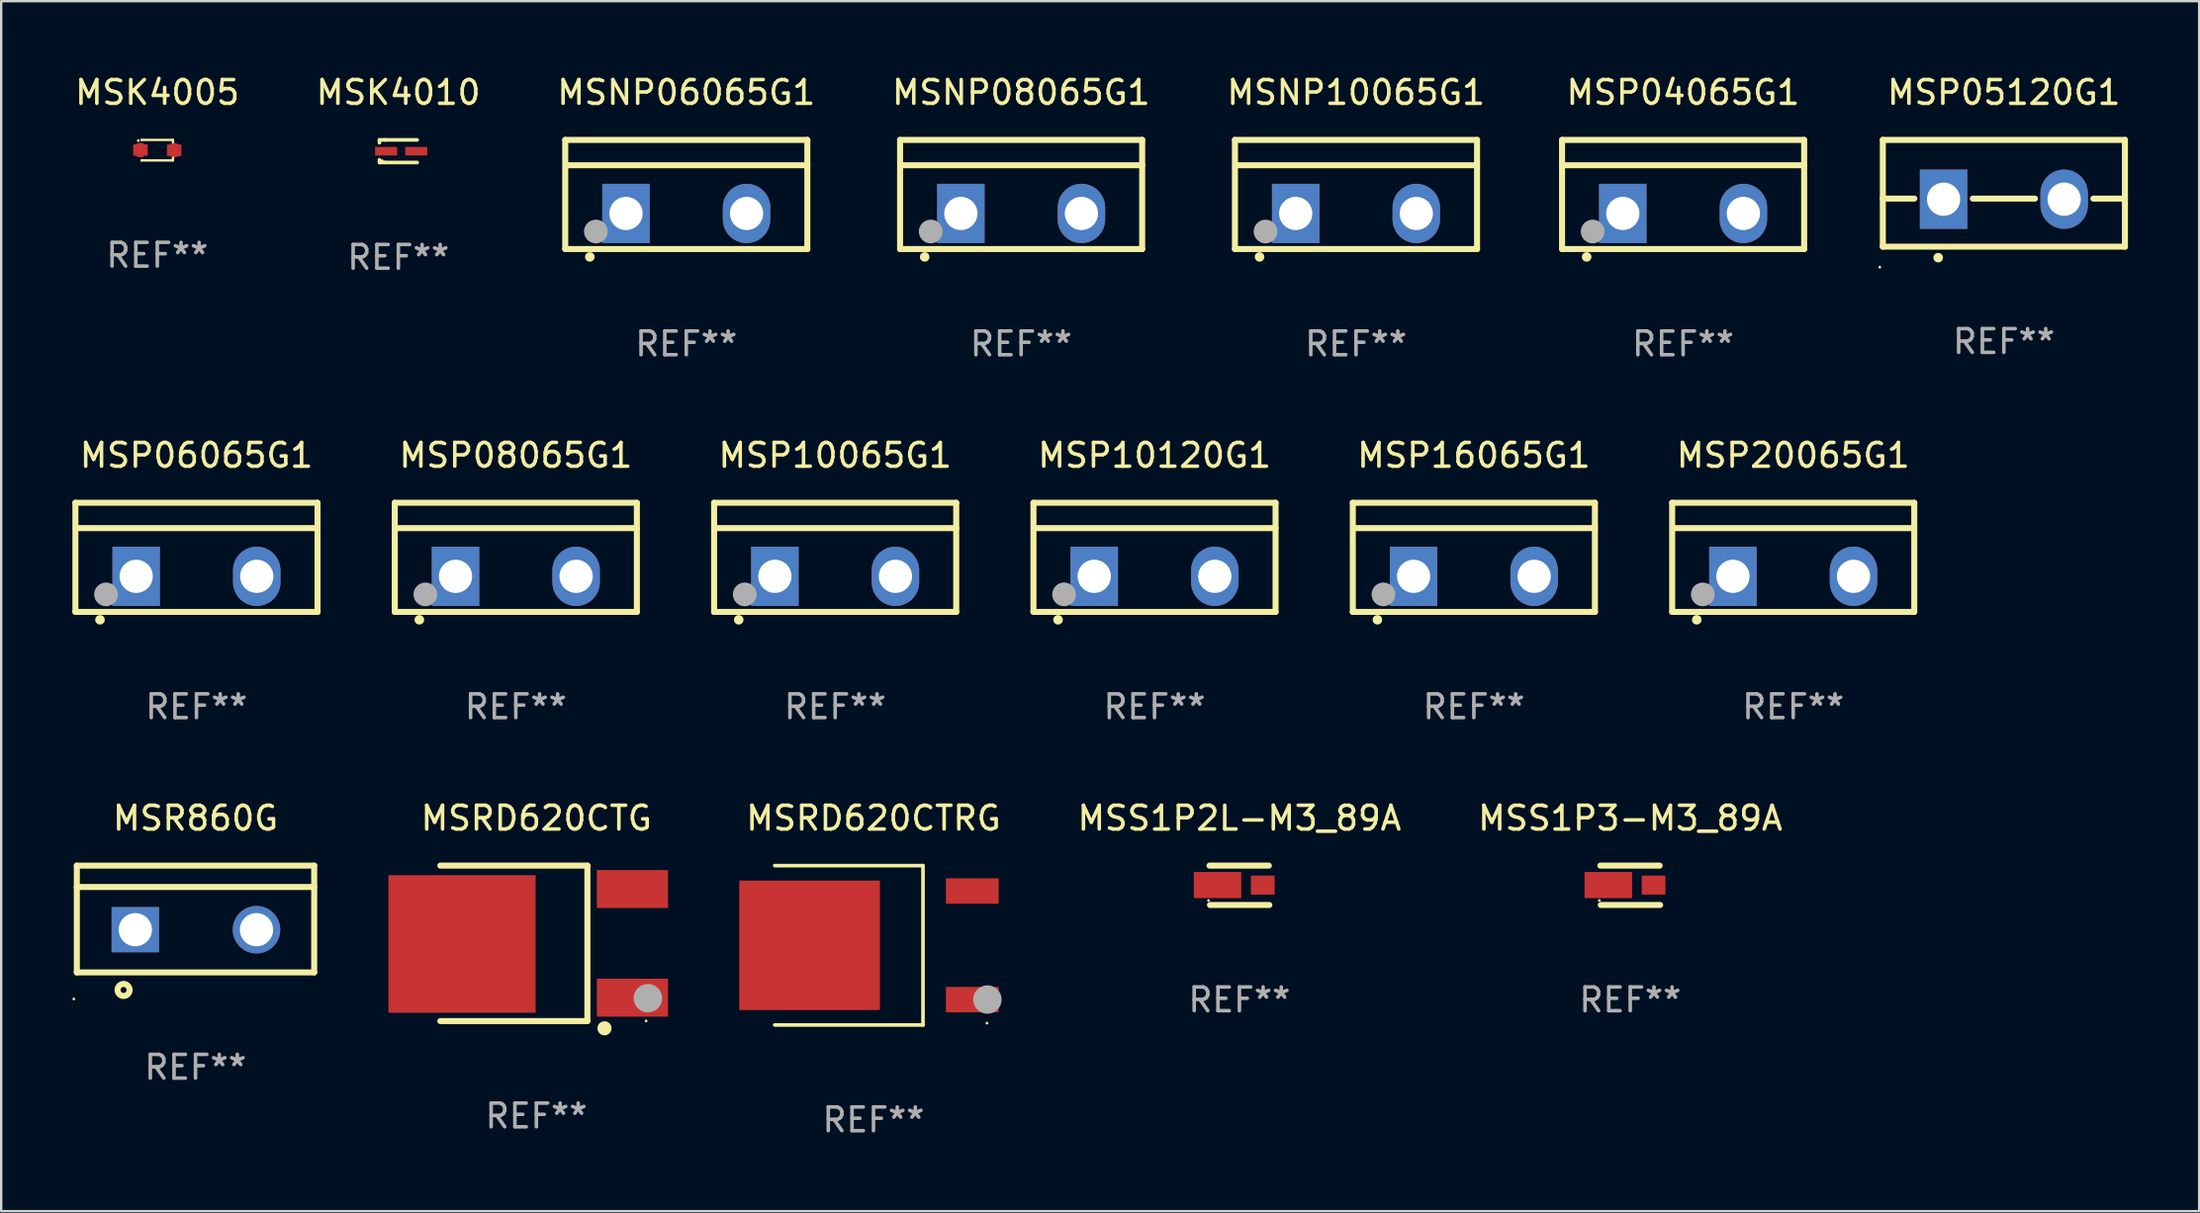
<source format=kicad_pcb>
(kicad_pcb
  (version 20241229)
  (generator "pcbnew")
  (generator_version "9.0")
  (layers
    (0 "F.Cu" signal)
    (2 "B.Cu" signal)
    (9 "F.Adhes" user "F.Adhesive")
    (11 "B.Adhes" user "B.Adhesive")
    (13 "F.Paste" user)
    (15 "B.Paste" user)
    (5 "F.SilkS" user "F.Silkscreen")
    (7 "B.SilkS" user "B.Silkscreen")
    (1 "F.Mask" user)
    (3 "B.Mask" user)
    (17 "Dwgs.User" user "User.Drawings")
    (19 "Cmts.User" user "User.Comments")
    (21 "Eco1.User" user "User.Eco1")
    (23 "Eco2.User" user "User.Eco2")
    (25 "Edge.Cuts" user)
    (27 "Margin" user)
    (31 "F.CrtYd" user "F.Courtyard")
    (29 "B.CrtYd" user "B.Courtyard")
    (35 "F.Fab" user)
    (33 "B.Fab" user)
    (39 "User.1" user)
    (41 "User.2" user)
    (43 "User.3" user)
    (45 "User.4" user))
  (footprint "MSP05120G1"
    (layer "F.Cu")
    (at 81.372 5.098)
    (property "Reference" "MSP05120G1" (at 0 -4.25 0) (layer "F.SilkS") (effects (font (size 1 1) (thickness 0.15))))
    (attr through_hole)
    (fp_line (start -5.1 -2.25) (end -5.1 2.25) (stroke (width 0.254) (type solid)) (layer "F.SilkS"))
    (fp_line (start -5.1 0.224) (end -3.772 0.224) (stroke (width 0.254) (type solid)) (layer "F.SilkS"))
    (fp_line (start -5.1 2.25) (end 5.1 2.25) (stroke (width 0.254) (type solid)) (layer "F.SilkS"))
    (fp_line (start -1.308 0.224) (end 1.309 0.224) (stroke (width 0.254) (type solid)) (layer "F.SilkS"))
    (fp_line (start 3.771 0.224) (end 5.1 0.224) (stroke (width 0.254) (type solid)) (layer "F.SilkS"))
    (fp_line (start 5.1 -2.25) (end -5.1 -2.25) (stroke (width 0.254) (type solid)) (layer "F.SilkS"))
    (fp_line (start 5.1 -2.25) (end 5.1 2.25) (stroke (width 0.254) (type solid)) (layer "F.SilkS"))
    (fp_arc (start -2.768606 2.713805) (mid -2.767336 2.713801) (end -2.766066 2.713805) (stroke (width 0.4) (type solid)) (layer "F.SilkS"))
    (fp_circle (center -5.227 3.114) (end -5.197 3.114) (stroke (width 0.06) (type solid)) (fill no) (layer "F.SilkS"))
    (fp_text user "REF**" (at 0 6.25 0) (layer "F.Fab") (effects (font (size 1 1) (thickness 0.15))))
    (pad "1" thru_hole rect (at -2.54 0.25) (size 2 2.5) (drill 1.4) (layers "*.Cu" "*.Mask"))
    (pad "3" thru_hole oval (at 2.54 0.25) (size 2 2.5) (drill 1.4) (layers "*.Cu" "*.Mask")))
  (footprint "MSRD620CTG"
    (layer "F.Cu")
    (at 19.547 36.718)
    (property "Reference" "MSRD620CTG" (at 0 -5.277 0) (layer "F.SilkS") (effects (font (size 1 1) (thickness 0.15))))
    (attr through_hole)
    (fp_line (start -4.047 -3.277) (end 2.15 -3.277) (stroke (width 0.254) (type solid)) (layer "F.SilkS"))
    (fp_line (start 2.15 -3.277) (end 2.15 3.277) (stroke (width 0.254) (type solid)) (layer "F.SilkS"))
    (fp_line (start 2.15 3.277) (end -4.047 3.277) (stroke (width 0.254) (type solid)) (layer "F.SilkS"))
    (fp_circle (center 2.87 3.581) (end 3.02 3.581) (stroke (width 0.3) (type solid)) (fill no) (layer "F.SilkS"))
    (fp_circle (center 4.623 3.27) (end 4.653 3.27) (stroke (width 0.06) (type solid)) (fill no) (layer "F.SilkS"))
    (fp_circle (center 4.699 2.311) (end 4.999 2.311) (stroke (width 0.6) (type solid)) (fill no) (layer "F.Fab"))
    (fp_text user "REF**" (at 0 7.277 0) (layer "F.Fab") (effects (font (size 1 1) (thickness 0.15))))
    (pad "1" smd rect (at 4.047 2.29) (size 3 1.6) (layers "F.Cu" "F.Mask" "F.Paste"))
    (pad "3" smd rect (at 4.047 -2.29) (size 3 1.6) (layers "F.Cu" "F.Mask" "F.Paste"))
    (pad "4" smd rect (at -3.133 0.025) (size 6.2 5.8) (layers "F.Cu" "F.Mask" "F.Paste")))
  (footprint "MSP04065G1"
    (layer "F.Cu")
    (at 67.858 5.148)
    (property "Reference" "MSP04065G1" (at 0 -4.3 0) (layer "F.SilkS") (effects (font (size 1 1) (thickness 0.15))))
    (attr through_hole)
    (fp_line (start -5.1 -2.3) (end -5.1 2.3) (stroke (width 0.254) (type solid)) (layer "F.SilkS"))
    (fp_line (start -5.1 2.3) (end 5.1 2.3) (stroke (width 0.254) (type solid)) (layer "F.SilkS"))
    (fp_line (start -5.08 -1.232) (end 5.1 -1.232) (stroke (width 0.254) (type solid)) (layer "F.SilkS"))
    (fp_line (start 5.1 -2.3) (end -5.1 -2.3) (stroke (width 0.254) (type solid)) (layer "F.SilkS"))
    (fp_line (start 5.1 -2.3) (end 5.1 2.3) (stroke (width 0.254) (type solid)) (layer "F.SilkS"))
    (fp_arc (start -4.065278 2.632004) (mid -4.064008 2.632) (end -4.062738 2.632004) (stroke (width 0.4) (type solid)) (layer "F.SilkS"))
    (fp_circle (center -5.1 2.32) (end -5.07 2.32) (stroke (width 0.06) (type solid)) (fill no) (layer "F.SilkS"))
    (fp_circle (center -3.81 1.562) (end -3.56 1.562) (stroke (width 0.5) (type solid)) (fill no) (layer "F.Fab"))
    (fp_text user "REF**" (at 0 6.3 0) (layer "F.Fab") (effects (font (size 1 1) (thickness 0.15))))
    (pad "1" thru_hole rect (at -2.54 0.8) (size 2 2.5) (drill 1.4) (layers "*.Cu" "*.Mask"))
    (pad "2" thru_hole oval (at 2.54 0.8) (size 2 2.5) (drill 1.4) (layers "*.Cu" "*.Mask")))
  (footprint "MSK4005"
    (layer "F.Cu")
    (at 3.577 3.28)
    (property "Reference" "MSK4005" (at 0 -2.432 0) (layer "F.SilkS") (effects (font (size 1 1) (thickness 0.15))))
    (attr through_hole)
    (fp_line (start -0.661 0.432) (end -0.661 0.432) (stroke (width 0.1) (type solid)) (layer "F.SilkS"))
    (fp_line (start -0.661 -0.432) (end -0.661 -0.432) (stroke (width 0.1) (type solid)) (layer "F.SilkS"))
    (fp_line (start -0.661 -0.432) (end 0.66 -0.432) (stroke (width 0.1) (type solid)) (layer "F.SilkS"))
    (fp_line (start 0.66 0.326) (end 0.66 0.432) (stroke (width 0.1) (type solid)) (layer "F.SilkS"))
    (fp_line (start 0.66 0.432) (end -0.661 0.432) (stroke (width 0.1) (type solid)) (layer "F.SilkS"))
    (fp_line (start 0.66 -0.432) (end 0.66 -0.33) (stroke (width 0.1) (type solid)) (layer "F.SilkS"))
    (fp_circle (center -0.8 -0.404) (end -0.77 -0.404) (stroke (width 0.06) (type solid)) (fill no) (layer "F.SilkS"))
    (fp_text user "REF**" (at 0 4.432 0) (layer "F.Fab") (effects (font (size 1 1) (thickness 0.15))))
    (pad "1" smd custom (at -0.711 -0.005) (size 0.61 0.483) (layers "F.Cu" "F.Mask" "F.Paste") (options (anchor circle)) (primitives (gr_poly (pts (xy -0.305 -0.241) (xy 0.305 -0.241) (xy 0.305 0.241) (xy -0.305 0.241)) (width 0) (fill yes))))
    (pad "2" smd custom (at 0.711 0.005) (size 0.61 0.483) (layers "F.Cu" "F.Mask" "F.Paste") (options (anchor circle)) (primitives (gr_poly (pts (xy -0.305 -0.241) (xy 0.305 -0.241) (xy 0.305 0.241) (xy -0.305 0.241)) (width 0) (fill yes)))))
  (footprint "MSP10120G1"
    (layer "F.Cu")
    (at 45.589 20.445)
    (property "Reference" "MSP10120G1" (at 0 -4.3 0) (layer "F.SilkS") (effects (font (size 1 1) (thickness 0.15))))
    (attr through_hole)
    (fp_line (start -5.1 -2.3) (end -5.1 2.3) (stroke (width 0.254) (type solid)) (layer "F.SilkS"))
    (fp_line (start -5.1 2.3) (end 5.1 2.3) (stroke (width 0.254) (type solid)) (layer "F.SilkS"))
    (fp_line (start -5.08 -1.232) (end 5.1 -1.232) (stroke (width 0.254) (type solid)) (layer "F.SilkS"))
    (fp_line (start 5.1 -2.3) (end -5.1 -2.3) (stroke (width 0.254) (type solid)) (layer "F.SilkS"))
    (fp_line (start 5.1 -2.3) (end 5.1 2.3) (stroke (width 0.254) (type solid)) (layer "F.SilkS"))
    (fp_arc (start -4.065278 2.632004) (mid -4.064008 2.632) (end -4.062738 2.632004) (stroke (width 0.4) (type solid)) (layer "F.SilkS"))
    (fp_circle (center -5.1 2.32) (end -5.07 2.32) (stroke (width 0.06) (type solid)) (fill no) (layer "F.SilkS"))
    (fp_circle (center -3.81 1.562) (end -3.56 1.562) (stroke (width 0.5) (type solid)) (fill no) (layer "F.Fab"))
    (fp_text user "REF**" (at 0 6.3 0) (layer "F.Fab") (effects (font (size 1 1) (thickness 0.15))))
    (pad "1" thru_hole rect (at -2.54 0.8) (size 2 2.5) (drill 1.4) (layers "*.Cu" "*.Mask"))
    (pad "2" thru_hole oval (at 2.54 0.8) (size 2 2.5) (drill 1.4) (layers "*.Cu" "*.Mask")))
  (footprint "MSP08065G1"
    (layer "F.Cu")
    (at 18.681 20.445)
    (property "Reference" "MSP08065G1" (at 0 -4.3 0) (layer "F.SilkS") (effects (font (size 1 1) (thickness 0.15))))
    (attr through_hole)
    (fp_line (start -5.1 -2.3) (end -5.1 2.3) (stroke (width 0.254) (type solid)) (layer "F.SilkS"))
    (fp_line (start -5.1 2.3) (end 5.1 2.3) (stroke (width 0.254) (type solid)) (layer "F.SilkS"))
    (fp_line (start -5.08 -1.232) (end 5.1 -1.232) (stroke (width 0.254) (type solid)) (layer "F.SilkS"))
    (fp_line (start 5.1 -2.3) (end -5.1 -2.3) (stroke (width 0.254) (type solid)) (layer "F.SilkS"))
    (fp_line (start 5.1 -2.3) (end 5.1 2.3) (stroke (width 0.254) (type solid)) (layer "F.SilkS"))
    (fp_arc (start -4.065278 2.632004) (mid -4.064008 2.632) (end -4.062738 2.632004) (stroke (width 0.4) (type solid)) (layer "F.SilkS"))
    (fp_circle (center -5.1 2.32) (end -5.07 2.32) (stroke (width 0.06) (type solid)) (fill no) (layer "F.SilkS"))
    (fp_circle (center -3.81 1.562) (end -3.56 1.562) (stroke (width 0.5) (type solid)) (fill no) (layer "F.Fab"))
    (fp_text user "REF**" (at 0 6.3 0) (layer "F.Fab") (effects (font (size 1 1) (thickness 0.15))))
    (pad "1" thru_hole rect (at -2.54 0.8) (size 2 2.5) (drill 1.4) (layers "*.Cu" "*.Mask"))
    (pad "2" thru_hole oval (at 2.54 0.8) (size 2 2.5) (drill 1.4) (layers "*.Cu" "*.Mask")))
  (footprint "MSNP06065G1"
    (layer "F.Cu")
    (at 25.863 5.148)
    (property "Reference" "MSNP06065G1" (at 0 -4.3 0) (layer "F.SilkS") (effects (font (size 1 1) (thickness 0.15))))
    (attr through_hole)
    (fp_line (start -5.1 -2.3) (end -5.1 2.3) (stroke (width 0.254) (type solid)) (layer "F.SilkS"))
    (fp_line (start -5.1 2.3) (end 5.1 2.3) (stroke (width 0.254) (type solid)) (layer "F.SilkS"))
    (fp_line (start -5.08 -1.232) (end 5.1 -1.232) (stroke (width 0.254) (type solid)) (layer "F.SilkS"))
    (fp_line (start 5.1 -2.3) (end -5.1 -2.3) (stroke (width 0.254) (type solid)) (layer "F.SilkS"))
    (fp_line (start 5.1 -2.3) (end 5.1 2.3) (stroke (width 0.254) (type solid)) (layer "F.SilkS"))
    (fp_arc (start -4.065278 2.632004) (mid -4.064008 2.632) (end -4.062738 2.632004) (stroke (width 0.4) (type solid)) (layer "F.SilkS"))
    (fp_circle (center -5.1 2.32) (end -5.07 2.32) (stroke (width 0.06) (type solid)) (fill no) (layer "F.SilkS"))
    (fp_circle (center -3.81 1.562) (end -3.56 1.562) (stroke (width 0.5) (type solid)) (fill no) (layer "F.Fab"))
    (fp_text user "REF**" (at 0 6.3 0) (layer "F.Fab") (effects (font (size 1 1) (thickness 0.15))))
    (pad "1" thru_hole rect (at -2.54 0.8) (size 2 2.5) (drill 1.4) (layers "*.Cu" "*.Mask"))
    (pad "2" thru_hole oval (at 2.54 0.8) (size 2 2.5) (drill 1.4) (layers "*.Cu" "*.Mask")))
  (footprint "MSP06065G1"
    (layer "F.Cu")
    (at 5.227 20.445)
    (property "Reference" "MSP06065G1" (at 0 -4.3 0) (layer "F.SilkS") (effects (font (size 1 1) (thickness 0.15))))
    (attr through_hole)
    (fp_line (start -5.1 -2.3) (end -5.1 2.3) (stroke (width 0.254) (type solid)) (layer "F.SilkS"))
    (fp_line (start -5.1 2.3) (end 5.1 2.3) (stroke (width 0.254) (type solid)) (layer "F.SilkS"))
    (fp_line (start -5.08 -1.232) (end 5.1 -1.232) (stroke (width 0.254) (type solid)) (layer "F.SilkS"))
    (fp_line (start 5.1 -2.3) (end -5.1 -2.3) (stroke (width 0.254) (type solid)) (layer "F.SilkS"))
    (fp_line (start 5.1 -2.3) (end 5.1 2.3) (stroke (width 0.254) (type solid)) (layer "F.SilkS"))
    (fp_arc (start -4.065278 2.632004) (mid -4.064008 2.632) (end -4.062738 2.632004) (stroke (width 0.4) (type solid)) (layer "F.SilkS"))
    (fp_circle (center -5.1 2.32) (end -5.07 2.32) (stroke (width 0.06) (type solid)) (fill no) (layer "F.SilkS"))
    (fp_circle (center -3.81 1.562) (end -3.56 1.562) (stroke (width 0.5) (type solid)) (fill no) (layer "F.Fab"))
    (fp_text user "REF**" (at 0 6.3 0) (layer "F.Fab") (effects (font (size 1 1) (thickness 0.15))))
    (pad "1" thru_hole rect (at -2.54 0.8) (size 2 2.5) (drill 1.4) (layers "*.Cu" "*.Mask"))
    (pad "2" thru_hole oval (at 2.54 0.8) (size 2 2.5) (drill 1.4) (layers "*.Cu" "*.Mask")))
  (footprint "MSR860G"
    (layer "F.Cu")
    (at 5.187 35.692)
    (property "Reference" "MSR860G" (at 0 -4.25 0) (layer "F.SilkS") (effects (font (size 1 1) (thickness 0.15))))
    (attr through_hole)
    (fp_line (start -5 -2.25) (end 5 -2.25) (stroke (width 0.254) (type solid)) (layer "F.SilkS"))
    (fp_line (start -5 -1.351) (end 5 -1.351) (stroke (width 0.254) (type solid)) (layer "F.SilkS"))
    (fp_line (start -5 2.25) (end -5 -2.25) (stroke (width 0.254) (type solid)) (layer "F.SilkS"))
    (fp_line (start -5 2.25) (end 5 2.25) (stroke (width 0.254) (type solid)) (layer "F.SilkS"))
    (fp_line (start 5 2.25) (end 5 -2.25) (stroke (width 0.254) (type solid)) (layer "F.SilkS"))
    (fp_circle (center -5.127 3.371) (end -5.097 3.371) (stroke (width 0.06) (type solid)) (fill no) (layer "F.SilkS"))
    (fp_circle (center -3.031 2.99) (end -2.777 2.99) (stroke (width 0.254) (type solid)) (fill no) (layer "F.SilkS"))
    (fp_text user "REF**" (at 0 6.25 0) (layer "F.Fab") (effects (font (size 1 1) (thickness 0.15))))
    (pad "1" thru_hole rect (at -2.536 0.45 90) (size 1.905 2) (drill 1.4) (layers "*.Cu" "*.Mask"))
    (pad "3" thru_hole circle (at 2.569 0.45) (size 2 2) (drill 1.4) (layers "*.Cu" "*.Mask")))
  (footprint "MSP10065G1"
    (layer "F.Cu")
    (at 32.135 20.445)
    (property "Reference" "MSP10065G1" (at 0 -4.3 0) (layer "F.SilkS") (effects (font (size 1 1) (thickness 0.15))))
    (attr through_hole)
    (fp_line (start -5.1 -2.3) (end -5.1 2.3) (stroke (width 0.254) (type solid)) (layer "F.SilkS"))
    (fp_line (start -5.1 2.3) (end 5.1 2.3) (stroke (width 0.254) (type solid)) (layer "F.SilkS"))
    (fp_line (start -5.08 -1.232) (end 5.1 -1.232) (stroke (width 0.254) (type solid)) (layer "F.SilkS"))
    (fp_line (start 5.1 -2.3) (end -5.1 -2.3) (stroke (width 0.254) (type solid)) (layer "F.SilkS"))
    (fp_line (start 5.1 -2.3) (end 5.1 2.3) (stroke (width 0.254) (type solid)) (layer "F.SilkS"))
    (fp_arc (start -4.065278 2.632004) (mid -4.064008 2.632) (end -4.062738 2.632004) (stroke (width 0.4) (type solid)) (layer "F.SilkS"))
    (fp_circle (center -5.1 2.32) (end -5.07 2.32) (stroke (width 0.06) (type solid)) (fill no) (layer "F.SilkS"))
    (fp_circle (center -3.81 1.562) (end -3.56 1.562) (stroke (width 0.5) (type solid)) (fill no) (layer "F.Fab"))
    (fp_text user "REF**" (at 0 6.3 0) (layer "F.Fab") (effects (font (size 1 1) (thickness 0.15))))
    (pad "1" thru_hole rect (at -2.54 0.8) (size 2 2.5) (drill 1.4) (layers "*.Cu" "*.Mask"))
    (pad "2" thru_hole oval (at 2.54 0.8) (size 2 2.5) (drill 1.4) (layers "*.Cu" "*.Mask")))
  (footprint "MSP16065G1"
    (layer "F.Cu")
    (at 59.043 20.445)
    (property "Reference" "MSP16065G1" (at 0 -4.3 0) (layer "F.SilkS") (effects (font (size 1 1) (thickness 0.15))))
    (attr through_hole)
    (fp_line (start -5.1 -2.3) (end -5.1 2.3) (stroke (width 0.254) (type solid)) (layer "F.SilkS"))
    (fp_line (start -5.1 2.3) (end 5.1 2.3) (stroke (width 0.254) (type solid)) (layer "F.SilkS"))
    (fp_line (start -5.08 -1.232) (end 5.1 -1.232) (stroke (width 0.254) (type solid)) (layer "F.SilkS"))
    (fp_line (start 5.1 -2.3) (end -5.1 -2.3) (stroke (width 0.254) (type solid)) (layer "F.SilkS"))
    (fp_line (start 5.1 -2.3) (end 5.1 2.3) (stroke (width 0.254) (type solid)) (layer "F.SilkS"))
    (fp_arc (start -4.065278 2.632004) (mid -4.064008 2.632) (end -4.062738 2.632004) (stroke (width 0.4) (type solid)) (layer "F.SilkS"))
    (fp_circle (center -5.1 2.32) (end -5.07 2.32) (stroke (width 0.06) (type solid)) (fill no) (layer "F.SilkS"))
    (fp_circle (center -3.81 1.562) (end -3.56 1.562) (stroke (width 0.5) (type solid)) (fill no) (layer "F.Fab"))
    (fp_text user "REF**" (at 0 6.3 0) (layer "F.Fab") (effects (font (size 1 1) (thickness 0.15))))
    (pad "1" thru_hole rect (at -2.54 0.8) (size 2 2.5) (drill 1.4) (layers "*.Cu" "*.Mask"))
    (pad "2" thru_hole oval (at 2.54 0.8) (size 2 2.5) (drill 1.4) (layers "*.Cu" "*.Mask")))
  (footprint "MSRD620CTRG"
    (layer "F.Cu")
    (at 33.75 36.8)
    (property "Reference" "MSRD620CTRG" (at 0 -5.359 0) (layer "F.SilkS") (effects (font (size 1 1) (thickness 0.15))))
    (attr through_hole)
    (fp_line (start -4.162 -3.359) (end 2.085 -3.359) (stroke (width 0.152) (type solid)) (layer "F.SilkS"))
    (fp_line (start -4.162 3.359) (end 2.085 3.359) (stroke (width 0.152) (type solid)) (layer "F.SilkS"))
    (fp_line (start 2.085 3.359) (end 2.085 -3.359) (stroke (width 0.152) (type solid)) (layer "F.SilkS"))
    (fp_circle (center 4.779 3.282) (end 4.809 3.282) (stroke (width 0.06) (type solid)) (fill no) (layer "F.SilkS"))
    (fp_circle (center 4.798 2.286) (end 5.098 2.286) (stroke (width 0.6) (type solid)) (fill no) (layer "F.Fab"))
    (fp_text user "REF**" (at 0 7.359 0) (layer "F.Fab") (effects (font (size 1 1) (thickness 0.15))))
    (pad "1" smd rect (at 4.162 2.29) (size 2.223 1.071) (layers "F.Cu" "F.Mask" "F.Paste"))
    (pad "2" smd rect (at -2.693 0) (size 5.925 5.46) (layers "F.Cu" "F.Mask" "F.Paste"))
    (pad "3" smd rect (at 4.162 -2.29) (size 2.223 1.071) (layers "F.Cu" "F.Mask" "F.Paste")))
  (footprint "MSNP08065G1"
    (layer "F.Cu")
    (at 39.97 5.148)
    (property "Reference" "MSNP08065G1" (at 0 -4.3 0) (layer "F.SilkS") (effects (font (size 1 1) (thickness 0.15))))
    (attr through_hole)
    (fp_line (start -5.1 -2.3) (end -5.1 2.3) (stroke (width 0.254) (type solid)) (layer "F.SilkS"))
    (fp_line (start -5.1 2.3) (end 5.1 2.3) (stroke (width 0.254) (type solid)) (layer "F.SilkS"))
    (fp_line (start -5.08 -1.232) (end 5.1 -1.232) (stroke (width 0.254) (type solid)) (layer "F.SilkS"))
    (fp_line (start 5.1 -2.3) (end -5.1 -2.3) (stroke (width 0.254) (type solid)) (layer "F.SilkS"))
    (fp_line (start 5.1 -2.3) (end 5.1 2.3) (stroke (width 0.254) (type solid)) (layer "F.SilkS"))
    (fp_arc (start -4.065278 2.632004) (mid -4.064008 2.632) (end -4.062738 2.632004) (stroke (width 0.4) (type solid)) (layer "F.SilkS"))
    (fp_circle (center -5.1 2.32) (end -5.07 2.32) (stroke (width 0.06) (type solid)) (fill no) (layer "F.SilkS"))
    (fp_circle (center -3.81 1.562) (end -3.56 1.562) (stroke (width 0.5) (type solid)) (fill no) (layer "F.Fab"))
    (fp_text user "REF**" (at 0 6.3 0) (layer "F.Fab") (effects (font (size 1 1) (thickness 0.15))))
    (pad "1" thru_hole rect (at -2.54 0.8) (size 2 2.5) (drill 1.4) (layers "*.Cu" "*.Mask"))
    (pad "2" thru_hole oval (at 2.54 0.8) (size 2 2.5) (drill 1.4) (layers "*.Cu" "*.Mask")))
  (footprint "MSNP10065G1"
    (layer "F.Cu")
    (at 54.077 5.148)
    (property "Reference" "MSNP10065G1" (at 0 -4.3 0) (layer "F.SilkS") (effects (font (size 1 1) (thickness 0.15))))
    (attr through_hole)
    (fp_line (start -5.1 -2.3) (end -5.1 2.3) (stroke (width 0.254) (type solid)) (layer "F.SilkS"))
    (fp_line (start -5.1 2.3) (end 5.1 2.3) (stroke (width 0.254) (type solid)) (layer "F.SilkS"))
    (fp_line (start -5.08 -1.232) (end 5.1 -1.232) (stroke (width 0.254) (type solid)) (layer "F.SilkS"))
    (fp_line (start 5.1 -2.3) (end -5.1 -2.3) (stroke (width 0.254) (type solid)) (layer "F.SilkS"))
    (fp_line (start 5.1 -2.3) (end 5.1 2.3) (stroke (width 0.254) (type solid)) (layer "F.SilkS"))
    (fp_arc (start -4.065278 2.632004) (mid -4.064008 2.632) (end -4.062738 2.632004) (stroke (width 0.4) (type solid)) (layer "F.SilkS"))
    (fp_circle (center -5.1 2.32) (end -5.07 2.32) (stroke (width 0.06) (type solid)) (fill no) (layer "F.SilkS"))
    (fp_circle (center -3.81 1.562) (end -3.56 1.562) (stroke (width 0.5) (type solid)) (fill no) (layer "F.Fab"))
    (fp_text user "REF**" (at 0 6.3 0) (layer "F.Fab") (effects (font (size 1 1) (thickness 0.15))))
    (pad "1" thru_hole rect (at -2.54 0.8) (size 2 2.5) (drill 1.4) (layers "*.Cu" "*.Mask"))
    (pad "2" thru_hole oval (at 2.54 0.8) (size 2 2.5) (drill 1.4) (layers "*.Cu" "*.Mask")))
  (footprint "MSP20065G1"
    (layer "F.Cu")
    (at 72.497 20.445)
    (property "Reference" "MSP20065G1" (at 0 -4.3 0) (layer "F.SilkS") (effects (font (size 1 1) (thickness 0.15))))
    (attr through_hole)
    (fp_line (start -5.1 -2.3) (end -5.1 2.3) (stroke (width 0.254) (type solid)) (layer "F.SilkS"))
    (fp_line (start -5.1 2.3) (end 5.1 2.3) (stroke (width 0.254) (type solid)) (layer "F.SilkS"))
    (fp_line (start -5.08 -1.232) (end 5.1 -1.232) (stroke (width 0.254) (type solid)) (layer "F.SilkS"))
    (fp_line (start 5.1 -2.3) (end -5.1 -2.3) (stroke (width 0.254) (type solid)) (layer "F.SilkS"))
    (fp_line (start 5.1 -2.3) (end 5.1 2.3) (stroke (width 0.254) (type solid)) (layer "F.SilkS"))
    (fp_arc (start -4.065278 2.632004) (mid -4.064008 2.632) (end -4.062738 2.632004) (stroke (width 0.4) (type solid)) (layer "F.SilkS"))
    (fp_circle (center -5.1 2.32) (end -5.07 2.32) (stroke (width 0.06) (type solid)) (fill no) (layer "F.SilkS"))
    (fp_circle (center -3.81 1.562) (end -3.56 1.562) (stroke (width 0.5) (type solid)) (fill no) (layer "F.Fab"))
    (fp_text user "REF**" (at 0 6.3 0) (layer "F.Fab") (effects (font (size 1 1) (thickness 0.15))))
    (pad "1" thru_hole rect (at -2.54 0.8) (size 2 2.5) (drill 1.4) (layers "*.Cu" "*.Mask"))
    (pad "2" thru_hole oval (at 2.54 0.8) (size 2 2.5) (drill 1.4) (layers "*.Cu" "*.Mask")))
  (footprint "MSK4010"
    (layer "F.Cu")
    (at 13.732 3.324)
    (property "Reference" "MSK4010" (at 0 -2.476 0) (layer "F.SilkS") (effects (font (size 1 1) (thickness 0.15))))
    (attr through_hole)
    (fp_line (start -0.795 -0.476) (end -0.795 -0.356) (stroke (width 0.152) (type solid)) (layer "F.SilkS"))
    (fp_line (start -0.795 0.363) (end -0.795 0.476) (stroke (width 0.152) (type solid)) (layer "F.SilkS"))
    (fp_line (start -0.795 0.476) (end -0.557 0.476) (stroke (width 0.152) (type solid)) (layer "F.SilkS"))
    (fp_line (start -0.557 -0.476) (end -0.795 -0.476) (stroke (width 0.152) (type solid)) (layer "F.SilkS"))
    (fp_line (start -0.557 -0.476) (end 0.795 -0.476) (stroke (width 0.152) (type solid)) (layer "F.SilkS"))
    (fp_line (start -0.557 0.476) (end 0.795 0.476) (stroke (width 0.152) (type solid)) (layer "F.SilkS"))
    (fp_circle (center -0.681 0.4) (end -0.651 0.4) (stroke (width 0.06) (type solid)) (fill no) (layer "F.SilkS"))
    (fp_text user "REF**" (at 0 4.476 0) (layer "F.Fab") (effects (font (size 1 1) (thickness 0.15))))
    (pad "1" smd rect (at -0.516 0 180) (size 0.93 0.36) (layers "F.Cu" "F.Mask" "F.Paste"))
    (pad "2" smd rect (at 0.754 0 180) (size 0.93 0.36) (layers "F.Cu" "F.Mask" "F.Paste")))
  (footprint "MSS1P2L-M3_89A"
    (layer "F.Cu")
    (at 49.166 34.271)
    (property "Reference" "MSS1P2L-M3_89A" (at 0 -2.83 0) (layer "F.SilkS") (effects (font (size 1 1) (thickness 0.15))))
    (attr through_hole)
    (fp_line (start -1.26 -0.83) (end 1.24 -0.83) (stroke (width 0.254) (type solid)) (layer "F.SilkS"))
    (fp_line (start -1.24 0.83) (end 1.26 0.83) (stroke (width 0.254) (type solid)) (layer "F.SilkS"))
    (fp_circle (center -1.301 0.64) (end -1.271 0.64) (stroke (width 0.06) (type solid)) (fill no) (layer "F.SilkS"))
    (fp_text user "REF**" (at 0 4.83 0) (layer "F.Fab") (effects (font (size 1 1) (thickness 0.15))))
    (pad "1" smd rect (at -0.923 -0.01 90) (size 1.1 2) (layers "F.Cu" "F.Mask" "F.Paste"))
    (pad "2" smd rect (at 0.983 -0.01) (size 1 0.8) (layers "F.Cu" "F.Mask" "F.Paste")))
  (footprint "MSS1P3-M3_89A"
    (layer "F.Cu")
    (at 65.631 34.271)
    (property "Reference" "MSS1P3-M3_89A" (at 0 -2.83 0) (layer "F.SilkS") (effects (font (size 1 1) (thickness 0.15))))
    (attr through_hole)
    (fp_line (start -1.26 -0.83) (end 1.24 -0.83) (stroke (width 0.254) (type solid)) (layer "F.SilkS"))
    (fp_line (start -1.24 0.83) (end 1.26 0.83) (stroke (width 0.254) (type solid)) (layer "F.SilkS"))
    (fp_circle (center -1.301 0.64) (end -1.271 0.64) (stroke (width 0.06) (type solid)) (fill no) (layer "F.SilkS"))
    (fp_text user "REF**" (at 0 4.83 0) (layer "F.Fab") (effects (font (size 1 1) (thickness 0.15))))
    (pad "1" smd rect (at -0.923 -0.01 90) (size 1.1 2) (layers "F.Cu" "F.Mask" "F.Paste"))
    (pad "2" smd rect (at 0.983 -0.01) (size 1 0.8) (layers "F.Cu" "F.Mask" "F.Paste")))
  (gr_rect
    (start -3 -3)
    (end 89.599 48.007)
    (stroke (width 0.1) (type default))
    (fill no)
    (layer "Edge.Cuts")))
</source>
